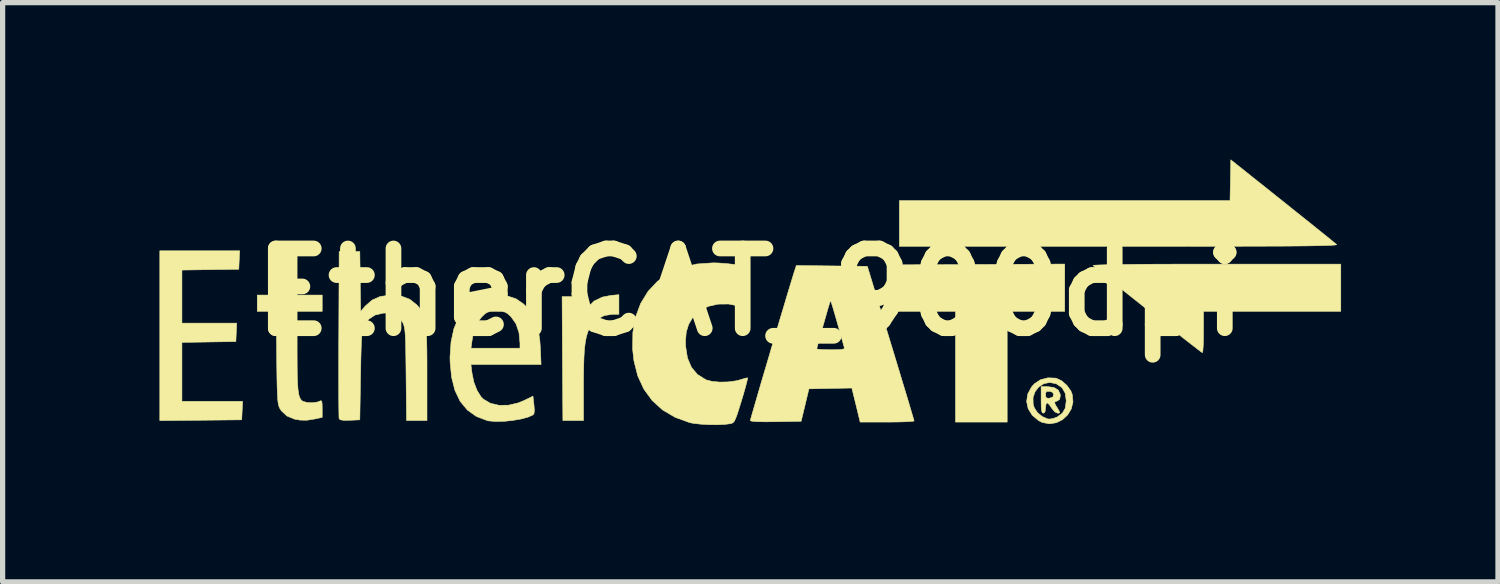
<source format=kicad_pcb>
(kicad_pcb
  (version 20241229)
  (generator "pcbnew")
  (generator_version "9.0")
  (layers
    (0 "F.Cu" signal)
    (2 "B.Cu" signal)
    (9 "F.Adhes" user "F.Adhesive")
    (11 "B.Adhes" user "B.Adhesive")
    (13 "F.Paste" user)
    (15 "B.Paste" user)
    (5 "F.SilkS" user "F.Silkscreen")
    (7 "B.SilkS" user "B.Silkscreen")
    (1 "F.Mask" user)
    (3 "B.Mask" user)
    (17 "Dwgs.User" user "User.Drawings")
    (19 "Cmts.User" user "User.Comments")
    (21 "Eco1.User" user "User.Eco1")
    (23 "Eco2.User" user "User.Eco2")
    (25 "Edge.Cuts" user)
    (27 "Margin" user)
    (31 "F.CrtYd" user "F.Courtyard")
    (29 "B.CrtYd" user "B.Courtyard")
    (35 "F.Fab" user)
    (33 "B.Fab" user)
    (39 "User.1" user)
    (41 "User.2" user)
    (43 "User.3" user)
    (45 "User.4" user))
  (footprint "EtherCAT_900dpi"
    (layer "F.Cu")
    (at 11.294 2.535)
    (property "Reference" "EtherCAT_900dpi" (at 0 0 0) (layer "F.SilkS") (effects (font (size 1.524 1.524) (thickness 0.3))))
    (attr through_hole)
    (fp_poly (pts (xy 6.011 0.367) (xy 4.911 0.367) (xy 4.911 2.484) (xy 3.923 2.484) (xy 3.923 0.367) (xy 2.821 0.367) (xy 2.829 -0.078) (xy 2.836 -0.522) (xy 4.424 -0.529) (xy 6.011 -0.537) (xy 6.011 0.367)) (stroke (width 0.01) (type solid)) (fill yes) (layer "F.SilkS"))
    (fp_poly (pts (xy -9.771 -0.614) (xy -9.779 -0.437) (xy -10.322 -0.43) (xy -10.866 -0.422) (xy -10.866 0.593) (xy -9.819 0.593) (xy -9.835 0.945) (xy -10.351 0.953) (xy -10.866 0.961) (xy -10.866 2.088) (xy -9.706 2.088) (xy -9.723 2.441) (xy -10.506 2.449) (xy -11.289 2.456) (xy -11.289 -0.79) (xy -9.762 -0.79) (xy -9.771 -0.614)) (stroke (width 0.01) (type solid)) (fill yes) (layer "F.SilkS"))
    (fp_poly (pts (xy -2.512 0.423) (xy -2.633 0.423) (xy -2.791 0.448) (xy -2.93 0.518) (xy -3.037 0.626) (xy -3.069 0.678) (xy -3.105 0.758) (xy -3.133 0.848) (xy -3.154 0.955) (xy -3.17 1.085) (xy -3.18 1.248) (xy -3.186 1.449) (xy -3.189 1.696) (xy -3.189 1.799) (xy -3.189 2.455) (xy -3.583 2.455) (xy -3.591 1.27) (xy -3.598 0.085) (xy -3.217 0.085) (xy -3.217 0.176) (xy -3.211 0.263) (xy -3.2 0.331) (xy -3.187 0.366) (xy -3.169 0.367) (xy -3.136 0.329) (xy -3.104 0.287) (xy -2.986 0.17) (xy -2.829 0.095) (xy -2.66 0.062) (xy -2.512 0.049) (xy -2.512 0.423)) (stroke (width 0.01) (type solid)) (fill yes) (layer "F.SilkS"))
    (fp_poly (pts (xy 10.18 -1.738) (xy 10.386 -1.573) (xy 10.58 -1.418) (xy 10.755 -1.278) (xy 10.909 -1.154) (xy 11.036 -1.052) (xy 11.131 -0.975) (xy 11.191 -0.926) (xy 11.209 -0.91) (xy 11.204 -0.905) (xy 11.178 -0.901) (xy 11.127 -0.897) (xy 11.051 -0.893) (xy 10.947 -0.89) (xy 10.811 -0.887) (xy 10.643 -0.884) (xy 10.44 -0.882) (xy 10.2 -0.88) (xy 9.92 -0.879) (xy 9.597 -0.878) (xy 9.231 -0.877) (xy 8.818 -0.876) (xy 8.357 -0.875) (xy 7.844 -0.875) (xy 7.278 -0.875) (xy 7.047 -0.875) (xy 2.85 -0.875) (xy 2.85 -1.75) (xy 9.171 -1.75) (xy 9.179 -2.14) (xy 9.186 -2.53) (xy 10.18 -1.738)) (stroke (width 0.01) (type solid)) (fill yes) (layer "F.SilkS"))
    (fp_poly (pts (xy 11.289 0.367) (xy 8.664 0.367) (xy 8.664 0.762) (xy 8.663 0.904) (xy 8.659 1.023) (xy 8.653 1.11) (xy 8.646 1.153) (xy 8.643 1.157) (xy 8.617 1.14) (xy 8.552 1.091) (xy 8.451 1.013) (xy 8.32 0.911) (xy 8.162 0.788) (xy 7.983 0.646) (xy 7.786 0.49) (xy 7.592 0.336) (xy 7.383 0.169) (xy 7.187 0.013) (xy 7.01 -0.13) (xy 6.856 -0.255) (xy 6.728 -0.36) (xy 6.632 -0.439) (xy 6.572 -0.491) (xy 6.552 -0.51) (xy 6.578 -0.515) (xy 6.658 -0.519) (xy 6.79 -0.523) (xy 6.969 -0.526) (xy 7.196 -0.529) (xy 7.465 -0.532) (xy 7.776 -0.534) (xy 8.125 -0.535) (xy 8.51 -0.536) (xy 8.916 -0.536) (xy 11.289 -0.536) (xy 11.289 0.367)) (stroke (width 0.01) (type solid)) (fill yes) (layer "F.SilkS"))
    (fp_poly (pts (xy -8.664 0.056) (xy -8.184 0.056) (xy -8.184 0.367) (xy -8.664 0.367) (xy -8.664 1.125) (xy -8.663 1.379) (xy -8.661 1.583) (xy -8.655 1.743) (xy -8.646 1.864) (xy -8.633 1.952) (xy -8.615 2.014) (xy -8.591 2.056) (xy -8.561 2.083) (xy -8.55 2.089) (xy -8.47 2.111) (xy -8.367 2.115) (xy -8.272 2.1) (xy -8.239 2.087) (xy -8.209 2.075) (xy -8.192 2.088) (xy -8.186 2.136) (xy -8.184 2.226) (xy -8.184 2.394) (xy -8.327 2.425) (xy -8.476 2.449) (xy -8.604 2.447) (xy -8.713 2.428) (xy -8.859 2.368) (xy -8.967 2.267) (xy -8.995 2.222) (xy -9.009 2.191) (xy -9.021 2.151) (xy -9.03 2.095) (xy -9.037 2.018) (xy -9.042 1.912) (xy -9.047 1.772) (xy -9.05 1.591) (xy -9.053 1.363) (xy -9.054 1.249) (xy -9.062 0.367) (xy -9.426 0.367) (xy -9.426 0.056) (xy -9.059 0.056) (xy -9.059 -0.79) (xy -8.664 -0.79) (xy -8.664 0.056)) (stroke (width 0.01) (type solid)) (fill yes) (layer "F.SilkS"))
    (fp_poly (pts (xy 5.805 1.823) (xy 5.888 1.873) (xy 5.925 1.953) (xy 5.927 1.98) (xy 5.914 2.049) (xy 5.87 2.08) (xy 5.829 2.094) (xy 5.818 2.116) (xy 5.837 2.16) (xy 5.873 2.219) (xy 5.909 2.28) (xy 5.915 2.307) (xy 5.893 2.314) (xy 5.875 2.314) (xy 5.821 2.289) (xy 5.764 2.221) (xy 5.761 2.215) (xy 5.718 2.153) (xy 5.681 2.119) (xy 5.674 2.117) (xy 5.654 2.141) (xy 5.645 2.202) (xy 5.644 2.215) (xy 5.635 2.289) (xy 5.606 2.314) (xy 5.602 2.314) (xy 5.581 2.304) (xy 5.569 2.268) (xy 5.562 2.196) (xy 5.56 2.079) (xy 5.56 2.06) (xy 5.56 1.961) (xy 5.644 1.961) (xy 5.652 2.014) (xy 5.688 2.029) (xy 5.722 2.027) (xy 5.783 2.006) (xy 5.8 1.961) (xy 5.781 1.915) (xy 5.722 1.896) (xy 5.666 1.897) (xy 5.646 1.929) (xy 5.644 1.961) (xy 5.56 1.961) (xy 5.56 1.806) (xy 5.68 1.806) (xy 5.805 1.823)) (stroke (width 0.01) (type solid)) (fill yes) (layer "F.SilkS"))
    (fp_poly (pts (xy 5.838 1.644) (xy 5.854 1.648) (xy 5.956 1.697) (xy 6.053 1.783) (xy 6.128 1.888) (xy 6.155 1.956) (xy 6.169 2.1) (xy 6.136 2.233) (xy 6.066 2.348) (xy 5.968 2.439) (xy 5.848 2.497) (xy 5.718 2.517) (xy 5.584 2.492) (xy 5.515 2.458) (xy 5.39 2.354) (xy 5.312 2.228) (xy 5.283 2.089) (xy 5.294 2.017) (xy 5.405 2.017) (xy 5.408 2.141) (xy 5.429 2.21) (xy 5.49 2.303) (xy 5.581 2.378) (xy 5.68 2.422) (xy 5.723 2.427) (xy 5.795 2.414) (xy 5.87 2.385) (xy 5.966 2.314) (xy 6.021 2.219) (xy 6.039 2.087) (xy 6.04 2.072) (xy 6.02 1.931) (xy 5.96 1.827) (xy 5.856 1.756) (xy 5.843 1.75) (xy 5.723 1.727) (xy 5.611 1.75) (xy 5.515 1.813) (xy 5.444 1.904) (xy 5.405 2.017) (xy 5.294 2.017) (xy 5.304 1.948) (xy 5.376 1.814) (xy 5.43 1.753) (xy 5.547 1.675) (xy 5.69 1.638) (xy 5.838 1.644)) (stroke (width 0.01) (type solid)) (fill yes) (layer "F.SilkS"))
    (fp_poly (pts (xy -7.457 -0.204) (xy -7.449 0.368) (xy -7.359 0.264) (xy -7.23 0.152) (xy -7.078 0.084) (xy -6.894 0.058) (xy -6.858 0.058) (xy -6.667 0.077) (xy -6.51 0.137) (xy -6.378 0.241) (xy -6.358 0.263) (xy -6.312 0.319) (xy -6.275 0.376) (xy -6.246 0.441) (xy -6.223 0.519) (xy -6.207 0.618) (xy -6.195 0.744) (xy -6.187 0.903) (xy -6.183 1.1) (xy -6.181 1.343) (xy -6.181 1.557) (xy -6.181 2.455) (xy -6.572 2.455) (xy -6.581 1.573) (xy -6.584 1.324) (xy -6.587 1.124) (xy -6.59 0.967) (xy -6.595 0.848) (xy -6.601 0.758) (xy -6.61 0.692) (xy -6.62 0.644) (xy -6.633 0.606) (xy -6.643 0.584) (xy -6.72 0.478) (xy -6.826 0.417) (xy -6.966 0.399) (xy -7.013 0.401) (xy -7.172 0.437) (xy -7.295 0.517) (xy -7.384 0.641) (xy -7.399 0.677) (xy -7.411 0.721) (xy -7.421 0.778) (xy -7.429 0.857) (xy -7.435 0.963) (xy -7.44 1.104) (xy -7.445 1.286) (xy -7.449 1.515) (xy -7.451 1.595) (xy -7.465 2.441) (xy -7.656 2.45) (xy -7.77 2.451) (xy -7.836 2.441) (xy -7.861 2.421) (xy -7.863 2.387) (xy -7.865 2.301) (xy -7.867 2.17) (xy -7.868 1.998) (xy -7.869 1.789) (xy -7.869 1.551) (xy -7.869 1.287) (xy -7.868 1.004) (xy -7.867 0.804) (xy -7.86 -0.776) (xy -7.465 -0.776) (xy -7.457 -0.204)) (stroke (width 0.01) (type solid)) (fill yes) (layer "F.SilkS"))
    (fp_poly (pts (xy -4.643 0.073) (xy -4.48 0.127) (xy -4.339 0.223) (xy -4.282 0.279) (xy -4.178 0.41) (xy -4.102 0.555) (xy -4.052 0.725) (xy -4.023 0.931) (xy -4.014 1.065) (xy -4 1.383) (xy -5.341 1.383) (xy -5.321 1.545) (xy -5.285 1.72) (xy -5.225 1.876) (xy -5.149 1.999) (xy -5.103 2.046) (xy -4.968 2.125) (xy -4.804 2.163) (xy -4.622 2.161) (xy -4.434 2.117) (xy -4.316 2.068) (xy -4.155 1.988) (xy -4.136 2.155) (xy -4.128 2.26) (xy -4.135 2.321) (xy -4.154 2.347) (xy -4.25 2.39) (xy -4.385 2.426) (xy -4.545 2.453) (xy -4.711 2.47) (xy -4.867 2.473) (xy -4.998 2.462) (xy -5.031 2.455) (xy -5.238 2.376) (xy -5.41 2.253) (xy -5.547 2.087) (xy -5.647 1.878) (xy -5.711 1.626) (xy -5.739 1.333) (xy -5.741 1.242) (xy -5.729 1.072) (xy -5.34 1.072) (xy -4.403 1.072) (xy -4.403 0.975) (xy -4.422 0.774) (xy -4.48 0.604) (xy -4.572 0.473) (xy -4.572 0.473) (xy -4.635 0.414) (xy -4.689 0.382) (xy -4.754 0.369) (xy -4.855 0.367) (xy -4.855 0.367) (xy -4.955 0.369) (xy -5.02 0.382) (xy -5.071 0.413) (xy -5.131 0.47) (xy -5.135 0.475) (xy -5.211 0.573) (xy -5.266 0.689) (xy -5.305 0.839) (xy -5.321 0.938) (xy -5.34 1.072) (xy -5.729 1.072) (xy -5.721 0.951) (xy -5.666 0.698) (xy -5.576 0.483) (xy -5.453 0.31) (xy -5.299 0.18) (xy -5.115 0.096) (xy -4.902 0.058) (xy -4.842 0.056) (xy -4.643 0.073)) (stroke (width 0.01) (type solid)) (fill yes) (layer "F.SilkS"))
    (fp_poly (pts (xy -0.611 -0.557) (xy -0.469 -0.547) (xy -0.33 -0.532) (xy -0.216 -0.515) (xy -0.176 -0.506) (xy -0.028 -0.47) (xy -0.028 -0.08) (xy -0.03 0.061) (xy -0.034 0.18) (xy -0.04 0.265) (xy -0.047 0.307) (xy -0.049 0.31) (xy -0.087 0.302) (xy -0.158 0.283) (xy -0.209 0.268) (xy -0.415 0.227) (xy -0.615 0.229) (xy -0.8 0.271) (xy -0.96 0.35) (xy -1.085 0.464) (xy -1.099 0.482) (xy -1.179 0.617) (xy -1.224 0.763) (xy -1.239 0.935) (xy -1.235 1.044) (xy -1.201 1.259) (xy -1.126 1.436) (xy -1.011 1.573) (xy -0.855 1.671) (xy -0.841 1.678) (xy -0.728 1.707) (xy -0.582 1.72) (xy -0.424 1.716) (xy -0.275 1.696) (xy -0.209 1.68) (xy -0.127 1.655) (xy -0.068 1.64) (xy -0.053 1.637) (xy -0.054 1.663) (xy -0.071 1.733) (xy -0.099 1.839) (xy -0.137 1.971) (xy -0.166 2.067) (xy -0.216 2.229) (xy -0.253 2.344) (xy -0.283 2.422) (xy -0.307 2.47) (xy -0.332 2.497) (xy -0.36 2.51) (xy -0.382 2.515) (xy -0.489 2.529) (xy -0.633 2.535) (xy -0.793 2.533) (xy -0.951 2.524) (xy -1.086 2.509) (xy -1.157 2.495) (xy -1.436 2.394) (xy -1.676 2.253) (xy -1.876 2.072) (xy -2.035 1.854) (xy -2.152 1.6) (xy -2.225 1.311) (xy -2.25 1.088) (xy -2.245 0.767) (xy -2.193 0.475) (xy -2.095 0.214) (xy -1.955 -0.014) (xy -1.775 -0.206) (xy -1.558 -0.359) (xy -1.306 -0.47) (xy -1.022 -0.538) (xy -0.708 -0.56) (xy -0.611 -0.557)) (stroke (width 0.01) (type solid)) (fill yes) (layer "F.SilkS"))
    (fp_poly (pts (xy 1.559 -0.501) (xy 2.238 -0.494) (xy 2.684 0.974) (xy 2.768 1.25) (xy 2.847 1.511) (xy 2.919 1.75) (xy 2.984 1.963) (xy 3.038 2.144) (xy 3.081 2.29) (xy 3.112 2.394) (xy 3.129 2.452) (xy 3.131 2.462) (xy 3.105 2.469) (xy 3.031 2.475) (xy 2.918 2.48) (xy 2.775 2.483) (xy 2.616 2.484) (xy 2.1 2.484) (xy 2.021 2.158) (xy 1.941 1.833) (xy 1.531 1.841) (xy 1.121 1.849) (xy 1.047 2.159) (xy 0.972 2.469) (xy 0.486 2.477) (xy 0.281 2.479) (xy 0.132 2.476) (xy 0.039 2.469) (xy 0.001 2.458) (xy 0 2.455) (xy 0.008 2.424) (xy 0.03 2.345) (xy 0.065 2.225) (xy 0.11 2.069) (xy 0.164 1.883) (xy 0.225 1.674) (xy 0.292 1.448) (xy 0.362 1.211) (xy 0.399 1.084) (xy 1.27 1.084) (xy 1.296 1.091) (xy 1.367 1.097) (xy 1.469 1.1) (xy 1.54 1.101) (xy 1.665 1.1) (xy 1.743 1.096) (xy 1.784 1.087) (xy 1.798 1.071) (xy 1.795 1.051) (xy 1.782 1.008) (xy 1.758 0.92) (xy 1.724 0.801) (xy 1.684 0.66) (xy 1.666 0.595) (xy 1.625 0.452) (xy 1.589 0.329) (xy 1.561 0.237) (xy 1.544 0.184) (xy 1.54 0.176) (xy 1.525 0.189) (xy 1.514 0.217) (xy 1.48 0.331) (xy 1.442 0.466) (xy 1.401 0.609) (xy 1.361 0.75) (xy 1.325 0.878) (xy 1.296 0.984) (xy 1.277 1.056) (xy 1.27 1.084) (xy 0.399 1.084) (xy 0.433 0.97) (xy 0.504 0.729) (xy 0.573 0.497) (xy 0.639 0.278) (xy 0.698 0.079) (xy 0.75 -0.093) (xy 0.793 -0.234) (xy 0.824 -0.336) (xy 0.836 -0.374) (xy 0.88 -0.509) (xy 1.559 -0.501)) (stroke (width 0.01) (type solid)) (fill yes) (layer "F.SilkS")))
  (gr_rect
    (start -3 -3)
    (end 25.588 8.074)
    (stroke (width 0.1) (type default))
    (fill no)
    (layer "Edge.Cuts")))
</source>
